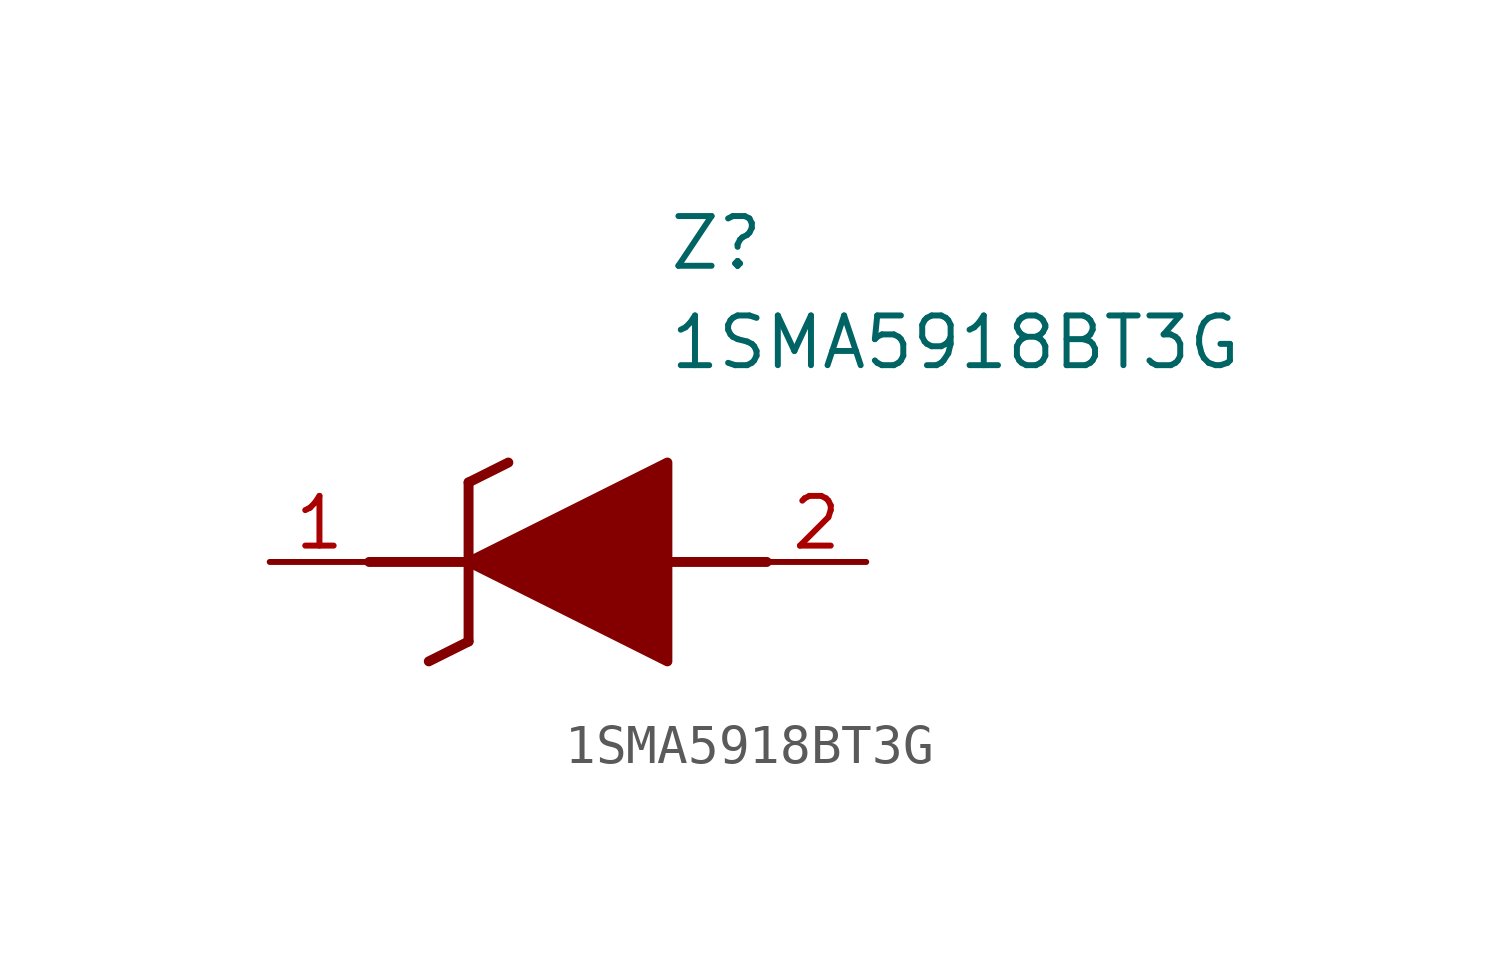
<source format=kicad_sym>
(kicad_symbol_lib
  (version 20211014)
  (generator SamacSys_ECAD_Model)
  (symbol "1SMA5918BT3G"
    (pin_names hide)
    (property "Reference" "Z"
      (at 10.16 8.89 0)
      (effects (font (size 1.27 1.27)) (justify left top)))
    (property "Value" "1SMA5918BT3G"
      (at 10.16 6.35 0)
      (effects (font (size 1.27 1.27)) (justify left top)))
    (polyline
      (pts (xy 5.08 2.032) (xy 5.08 -2.032))
      (stroke (width 0.254) (type default))
      (fill (type none)))
    (polyline
      (pts (xy 5.08 2.032) (xy 6.096 2.54))
      (stroke (width 0.254) (type default))
      (fill (type none)))
    (polyline
      (pts (xy 4.064 -2.54) (xy 5.08 -2.032))
      (stroke (width 0.254) (type default))
      (fill (type none)))
    (polyline
      (pts (xy 2.54 0) (xy 5.08 0))
      (stroke (width 0.254) (type default))
      (fill (type none)))
    (polyline
      (pts (xy 12.7 0) (xy 10.16 0))
      (stroke (width 0.254) (type default))
      (fill (type none)))
    (polyline
      (pts (xy 5.08 0) (xy 10.16 2.54) (xy 10.16 -2.54) (xy 5.08 0))
      (stroke (width 0.254) (type default))
      (fill (type outline)))
    (pin passive line
      (at 0 0 0)
      (length 2.54)
      (name "K" (effects (font (size 1.27 1.27))))
      (number "1" (effects (font (size 1.27 1.27)))))
    (pin passive line
      (at 15.24 0 180)
      (length 2.54)
      (name "A" (effects (font (size 1.27 1.27))))
      (number "2" (effects (font (size 1.27 1.27)))))))
</source>
